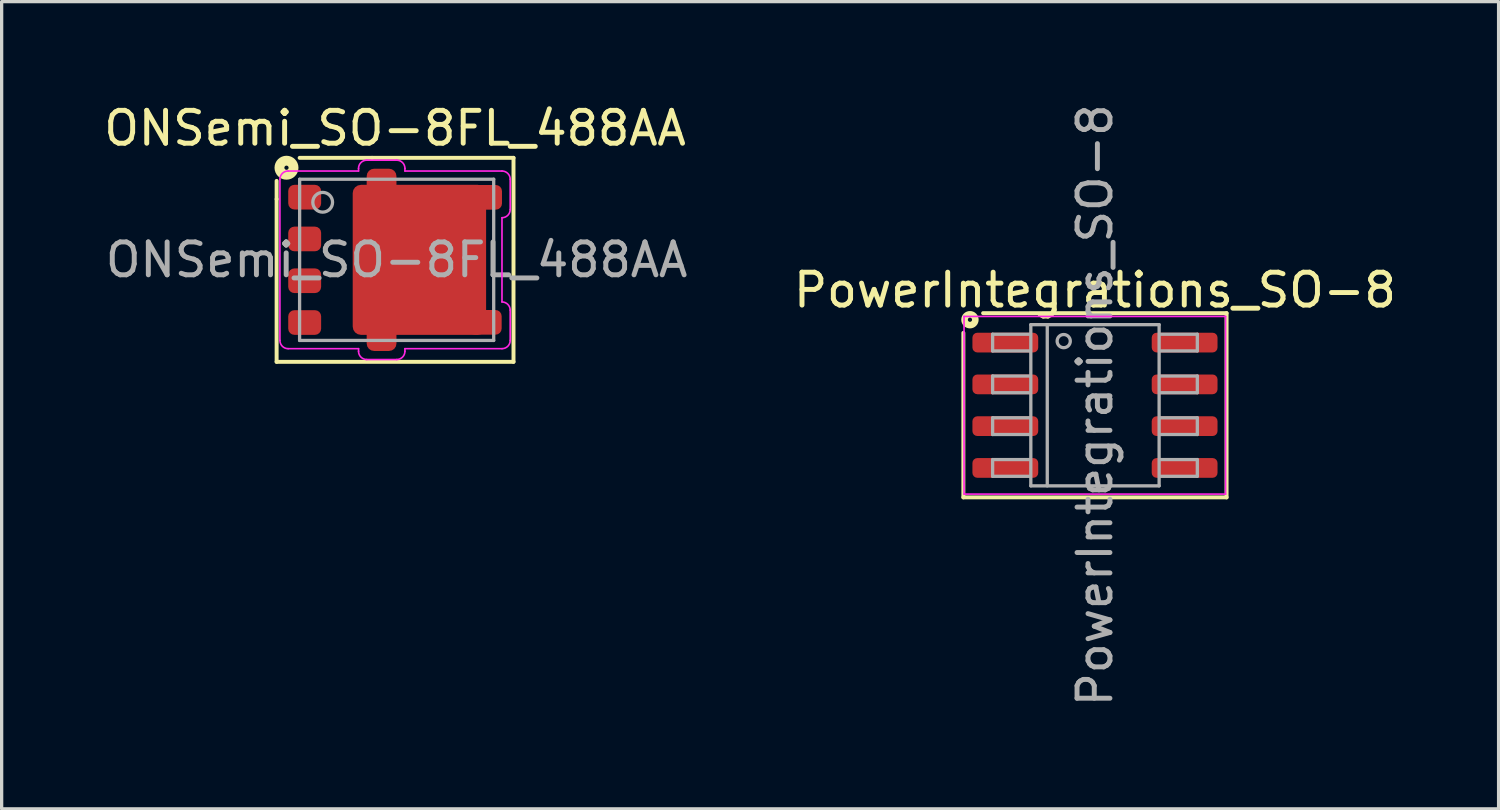
<source format=kicad_pcb>
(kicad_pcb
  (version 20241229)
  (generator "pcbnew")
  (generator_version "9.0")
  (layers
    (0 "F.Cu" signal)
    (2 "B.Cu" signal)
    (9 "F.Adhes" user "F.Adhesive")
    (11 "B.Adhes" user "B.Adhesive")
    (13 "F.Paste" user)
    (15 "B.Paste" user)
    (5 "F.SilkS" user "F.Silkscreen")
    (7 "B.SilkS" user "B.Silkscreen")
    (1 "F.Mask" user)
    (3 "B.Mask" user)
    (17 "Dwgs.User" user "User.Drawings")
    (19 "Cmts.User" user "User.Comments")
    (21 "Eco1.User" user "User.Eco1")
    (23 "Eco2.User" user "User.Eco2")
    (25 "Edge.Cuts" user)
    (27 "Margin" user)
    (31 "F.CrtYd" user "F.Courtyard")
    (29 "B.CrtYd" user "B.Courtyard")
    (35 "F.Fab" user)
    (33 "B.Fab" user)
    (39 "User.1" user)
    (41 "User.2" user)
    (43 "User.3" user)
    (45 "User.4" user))
  (footprint "ONSemi_SO-8FL_488AA"
    (layer "F.Cu")
    (at 8.958 4.848)
    (property "Reference" "ONSemi_SO-8FL_488AA" (at 0 -4 0) (layer "F.SilkS") (effects (font (size 1 1) (thickness 0.15))))
    (attr smd)
    (fp_line (start -3.6 -1.845) (end -3.6 -2.4) (stroke (width 0.12) (type solid)) (layer "F.SilkS"))
    (fp_line (start -3.6 -1.845) (end -3.6 3.1) (stroke (width 0.12) (type solid)) (layer "F.SilkS"))
    (fp_line (start -3.6 3.1) (end 3.6 3.1) (stroke (width 0.12) (type solid)) (layer "F.SilkS"))
    (fp_line (start -0.699 -3.1) (end -2.9 -3.1) (stroke (width 0.12) (type solid)) (layer "F.SilkS"))
    (fp_line (start 3.6 -3.1) (end -0.699 -3.1) (stroke (width 0.12) (type solid)) (layer "F.SilkS"))
    (fp_line (start 3.6 3.1) (end 3.6 -3.1) (stroke (width 0.12) (type solid)) (layer "F.SilkS"))
    (fp_circle (center -3.3 -2.8) (end -3.236 -2.8) (stroke (width 0.3) (type solid)) (fill no) (layer "F.SilkS"))
    (fp_line (start -3.5 2.45) (end -3.5 -2.45) (stroke (width 0.05) (type solid)) (layer "F.CrtYd"))
    (fp_line (start -3.25 -2.7) (end -1.11 -2.7) (stroke (width 0.05) (type solid)) (layer "F.CrtYd"))
    (fp_line (start -3.25 2.7) (end -1.11 2.7) (stroke (width 0.05) (type solid)) (layer "F.CrtYd"))
    (fp_line (start -1.11 -2.78) (end -1.11 -2.7) (stroke (width 0.05) (type solid)) (layer "F.CrtYd"))
    (fp_line (start -1.11 2.7) (end -1.11 2.78) (stroke (width 0.05) (type solid)) (layer "F.CrtYd"))
    (fp_line (start -0.86 -3.03) (end 0.05 -3.03) (stroke (width 0.05) (type solid)) (layer "F.CrtYd"))
    (fp_line (start -0.86 3.03) (end 0.05 3.03) (stroke (width 0.05) (type solid)) (layer "F.CrtYd"))
    (fp_line (start 0.3 -2.7) (end 0.3 -2.78) (stroke (width 0.05) (type solid)) (layer "F.CrtYd"))
    (fp_line (start 0.3 -2.7) (end 3.25 -2.7) (stroke (width 0.05) (type solid)) (layer "F.CrtYd"))
    (fp_line (start 0.3 2.7) (end 3.25 2.7) (stroke (width 0.05) (type solid)) (layer "F.CrtYd"))
    (fp_line (start 0.3 2.78) (end 0.3 2.7) (stroke (width 0.05) (type solid)) (layer "F.CrtYd"))
    (fp_line (start 3.25 1.28) (end 3.25 -1.28) (stroke (width 0.05) (type solid)) (layer "F.CrtYd"))
    (fp_line (start 3.5 -1.53) (end 3.5 -2.45) (stroke (width 0.05) (type solid)) (layer "F.CrtYd"))
    (fp_line (start 3.5 2.45) (end 3.5 1.53) (stroke (width 0.05) (type solid)) (layer "F.CrtYd"))
    (fp_arc (start -3.5 -2.45) (mid -3.426777 -2.626777) (end -3.25 -2.7) (stroke (width 0.05) (type solid)) (layer "F.CrtYd"))
    (fp_arc (start -3.25 2.7) (mid -3.426777 2.626777) (end -3.5 2.45) (stroke (width 0.05) (type solid)) (layer "F.CrtYd"))
    (fp_arc (start -1.11 -2.78) (mid -1.036777 -2.956777) (end -0.86 -3.03) (stroke (width 0.05) (type solid)) (layer "F.CrtYd"))
    (fp_arc (start -0.86 3.03) (mid -1.036777 2.956777) (end -1.11 2.78) (stroke (width 0.05) (type solid)) (layer "F.CrtYd"))
    (fp_arc (start 0.05 -3.03) (mid 0.226777 -2.956777) (end 0.3 -2.78) (stroke (width 0.05) (type solid)) (layer "F.CrtYd"))
    (fp_arc (start 0.3 2.78) (mid 0.226777 2.956777) (end 0.05 3.03) (stroke (width 0.05) (type solid)) (layer "F.CrtYd"))
    (fp_arc (start 3.25 -2.7) (mid 3.426777 -2.626777) (end 3.5 -2.45) (stroke (width 0.05) (type solid)) (layer "F.CrtYd"))
    (fp_arc (start 3.25 1.28) (mid 3.426777 1.353223) (end 3.5 1.53) (stroke (width 0.05) (type solid)) (layer "F.CrtYd"))
    (fp_arc (start 3.5 -1.53) (mid 3.426777 -1.353223) (end 3.25 -1.28) (stroke (width 0.05) (type solid)) (layer "F.CrtYd"))
    (fp_arc (start 3.5 2.45) (mid 3.426777 2.626777) (end 3.25 2.7) (stroke (width 0.05) (type solid)) (layer "F.CrtYd"))
    (fp_line (start -2.9 -2.45) (end -2.902 2.45) (stroke (width 0.1) (type solid)) (layer "F.Fab"))
    (fp_line (start 2.998 -2.45) (end -2.9 -2.45) (stroke (width 0.1) (type solid)) (layer "F.Fab"))
    (fp_line (start 2.998 -2.45) (end 2.998 2.45) (stroke (width 0.1) (type solid)) (layer "F.Fab"))
    (fp_line (start 2.998 2.45) (end -2.902 2.45) (stroke (width 0.1) (type solid)) (layer "F.Fab"))
    (fp_circle (center -2.2 -1.75) (end -1.9 -1.75) (stroke (width 0.1) (type solid)) (fill no) (layer "F.Fab"))
    (fp_text user "${REFERENCE}" (at 0.048 0 0) (layer "F.Fab") (effects (font (size 1 1) (thickness 0.15))))
    (pad "" smd roundrect (at -0.5 -0.8 90) (size 1.3 1) (layers "F.Paste") (roundrect_rratio 0.25))
    (pad "" smd roundrect (at -0.5 0.8 90) (size 1.3 1) (layers "F.Paste") (roundrect_rratio 0.25))
    (pad "" smd roundrect (at 0.8 -0.65 90) (size 1 1) (layers "F.Paste") (roundrect_rratio 0.25))
    (pad "" smd roundrect (at 0.8 0.65 90) (size 1 1) (layers "F.Paste") (roundrect_rratio 0.25))
    (pad "" smd roundrect (at 1.15 -1.8 90) (size 0.7 1.6) (layers "F.Paste") (roundrect_rratio 0.25))
    (pad "" smd roundrect (at 1.15 1.8 90) (size 0.7 1.6) (layers "F.Paste") (roundrect_rratio 0.25))
    (pad "" smd roundrect (at 2.1 -0.65 90) (size 1 1) (layers "F.Paste") (roundrect_rratio 0.25))
    (pad "" smd roundrect (at 2.1 0.65 90) (size 1 1) (layers "F.Paste") (roundrect_rratio 0.25))
    (pad "1" smd roundrect (at -2.747 -1.905) (size 1 0.75) (layers "F.Cu" "F.Mask" "F.Paste") (roundrect_rratio 0.25))
    (pad "2" smd roundrect (at -2.747 -0.635) (size 1 0.75) (layers "F.Cu" "F.Mask" "F.Paste") (roundrect_rratio 0.25))
    (pad "3" smd roundrect (at -2.747 0.635) (size 1 0.75) (layers "F.Cu" "F.Mask" "F.Paste") (roundrect_rratio 0.25))
    (pad "4" smd roundrect (at -2.747 1.905) (size 1 0.75) (layers "F.Cu" "F.Mask" "F.Paste") (roundrect_rratio 0.25))
    (pad "5" smd roundrect (at -0.41 -2.27) (size 0.905 1) (layers "F.Cu" "F.Mask" "F.Paste") (roundrect_rratio 0.25))
    (pad "5" smd roundrect (at -0.41 2.27) (size 0.905 1) (layers "F.Cu" "F.Mask" "F.Paste") (roundrect_rratio 0.25))
    (pad "5" smd roundrect (at 0.74 0) (size 4.055 4.56) (layers "F.Cu" "F.Mask") (roundrect_rratio 0.062))
    (pad "5" smd roundrect (at 2.74 1.9 90) (size 0.75 1) (layers "F.Cu" "F.Mask" "F.Paste") (roundrect_rratio 0.25))
    (pad "5" smd roundrect (at 2.75 -1.9 90) (size 0.75 1) (layers "F.Cu" "F.Mask" "F.Paste") (roundrect_rratio 0.25)))
  (footprint "PowerIntegrations_SO-8"
    (layer "F.Cu")
    (at 30.232 9.268)
    (property "Reference" "PowerIntegrations_SO-8" (at 0 -3.5 0) (layer "F.SilkS") (effects (font (size 1 1) (thickness 0.15))))
    (attr smd)
    (fp_line (start -4 2.8) (end -4 -2.2) (stroke (width 0.12) (type solid)) (layer "F.SilkS"))
    (fp_line (start -3.4 -2.8) (end 4 -2.8) (stroke (width 0.12) (type solid)) (layer "F.SilkS"))
    (fp_line (start 4 -2.8) (end 4 2.8) (stroke (width 0.12) (type solid)) (layer "F.SilkS"))
    (fp_line (start 4 2.8) (end -4 2.8) (stroke (width 0.12) (type solid)) (layer "F.SilkS"))
    (fp_circle (center -3.8 -2.6) (end -3.736 -2.6) (stroke (width 0.2) (type solid)) (fill no) (layer "F.SilkS"))
    (fp_line (start -3.98 -2.7) (end -3.98 2.7) (stroke (width 0.05) (type solid)) (layer "F.CrtYd"))
    (fp_line (start -3.98 -2.7) (end 3.97 -2.7) (stroke (width 0.05) (type solid)) (layer "F.CrtYd"))
    (fp_line (start 3.97 2.7) (end -3.98 2.7) (stroke (width 0.05) (type solid)) (layer "F.CrtYd"))
    (fp_line (start 3.97 2.7) (end 3.97 -2.7) (stroke (width 0.05) (type solid)) (layer "F.CrtYd"))
    (fp_line (start -3.111 -2.159) (end -3.111 -1.651) (stroke (width 0.1) (type solid)) (layer "F.Fab"))
    (fp_line (start -3.111 -2.159) (end -1.968 -2.159) (stroke (width 0.1) (type solid)) (layer "F.Fab"))
    (fp_line (start -3.111 -1.651) (end -1.968 -1.651) (stroke (width 0.1) (type solid)) (layer "F.Fab"))
    (fp_line (start -3.111 -0.889) (end -3.111 -0.381) (stroke (width 0.1) (type solid)) (layer "F.Fab"))
    (fp_line (start -3.111 -0.889) (end -1.968 -0.889) (stroke (width 0.1) (type solid)) (layer "F.Fab"))
    (fp_line (start -3.111 -0.381) (end -1.968 -0.381) (stroke (width 0.1) (type solid)) (layer "F.Fab"))
    (fp_line (start -3.111 0.381) (end -3.111 0.889) (stroke (width 0.1) (type solid)) (layer "F.Fab"))
    (fp_line (start -3.111 0.381) (end -1.968 0.381) (stroke (width 0.1) (type solid)) (layer "F.Fab"))
    (fp_line (start -3.111 0.889) (end -1.968 0.889) (stroke (width 0.1) (type solid)) (layer "F.Fab"))
    (fp_line (start -3.111 1.651) (end -3.111 2.159) (stroke (width 0.1) (type solid)) (layer "F.Fab"))
    (fp_line (start -3.111 1.651) (end -1.968 1.651) (stroke (width 0.1) (type solid)) (layer "F.Fab"))
    (fp_line (start -3.111 2.159) (end -1.968 2.159) (stroke (width 0.1) (type solid)) (layer "F.Fab"))
    (fp_line (start -1.95 -2.45) (end 1.95 -2.45) (stroke (width 0.1) (type solid)) (layer "F.Fab"))
    (fp_line (start -1.95 2.45) (end -1.95 -2.45) (stroke (width 0.1) (type solid)) (layer "F.Fab"))
    (fp_line (start -1.45 -2.45) (end -1.45 2.45) (stroke (width 0.1) (type solid)) (layer "F.Fab"))
    (fp_line (start 1.95 -2.45) (end 1.95 2.45) (stroke (width 0.1) (type solid)) (layer "F.Fab"))
    (fp_line (start 1.95 2.45) (end -1.95 2.45) (stroke (width 0.1) (type solid)) (layer "F.Fab"))
    (fp_line (start 3.111 -2.159) (end 1.968 -2.159) (stroke (width 0.1) (type solid)) (layer "F.Fab"))
    (fp_line (start 3.111 -1.651) (end 1.968 -1.651) (stroke (width 0.1) (type solid)) (layer "F.Fab"))
    (fp_line (start 3.111 -1.651) (end 3.111 -2.159) (stroke (width 0.1) (type solid)) (layer "F.Fab"))
    (fp_line (start 3.111 -0.889) (end 1.968 -0.889) (stroke (width 0.1) (type solid)) (layer "F.Fab"))
    (fp_line (start 3.111 -0.381) (end 1.968 -0.381) (stroke (width 0.1) (type solid)) (layer "F.Fab"))
    (fp_line (start 3.111 -0.381) (end 3.111 -0.889) (stroke (width 0.1) (type solid)) (layer "F.Fab"))
    (fp_line (start 3.111 0.381) (end 1.968 0.381) (stroke (width 0.1) (type solid)) (layer "F.Fab"))
    (fp_line (start 3.111 0.889) (end 1.968 0.889) (stroke (width 0.1) (type solid)) (layer "F.Fab"))
    (fp_line (start 3.111 0.889) (end 3.111 0.381) (stroke (width 0.1) (type solid)) (layer "F.Fab"))
    (fp_line (start 3.111 1.651) (end 1.968 1.651) (stroke (width 0.1) (type solid)) (layer "F.Fab"))
    (fp_line (start 3.111 2.159) (end 1.968 2.159) (stroke (width 0.1) (type solid)) (layer "F.Fab"))
    (fp_line (start 3.111 2.159) (end 3.111 1.651) (stroke (width 0.1) (type solid)) (layer "F.Fab"))
    (fp_circle (center -0.95 -1.95) (end -0.75 -1.95) (stroke (width 0.1) (type solid)) (fill no) (layer "F.Fab"))
    (fp_text user "${REFERENCE}" (at 0 0 90) (layer "F.Fab") (effects (font (size 1 1) (thickness 0.15))))
    (pad "1" smd roundrect (at -2.725 -1.905) (size 2 0.6) (layers "F.Cu" "F.Mask" "F.Paste") (roundrect_rratio 0.25))
    (pad "2" smd roundrect (at -2.725 -0.635) (size 2 0.6) (layers "F.Cu" "F.Mask" "F.Paste") (roundrect_rratio 0.25))
    (pad "3" smd roundrect (at -2.725 0.635) (size 2 0.6) (layers "F.Cu" "F.Mask" "F.Paste") (roundrect_rratio 0.25))
    (pad "4" smd roundrect (at -2.725 1.905) (size 2 0.6) (layers "F.Cu" "F.Mask" "F.Paste") (roundrect_rratio 0.25))
    (pad "5" smd roundrect (at 2.725 1.905) (size 2 0.6) (layers "F.Cu" "F.Mask" "F.Paste") (roundrect_rratio 0.25))
    (pad "6" smd roundrect (at 2.725 0.635) (size 2 0.6) (layers "F.Cu" "F.Mask" "F.Paste") (roundrect_rratio 0.25))
    (pad "7" smd roundrect (at 2.725 -0.635) (size 2 0.6) (layers "F.Cu" "F.Mask" "F.Paste") (roundrect_rratio 0.25))
    (pad "8" smd roundrect (at 2.725 -1.905) (size 2 0.6) (layers "F.Cu" "F.Mask" "F.Paste") (roundrect_rratio 0.25)))
  (gr_rect
    (start -3 -3)
    (end 42.5 21.536)
    (stroke (width 0.1) (type default))
    (fill no)
    (layer "Edge.Cuts")))
</source>
